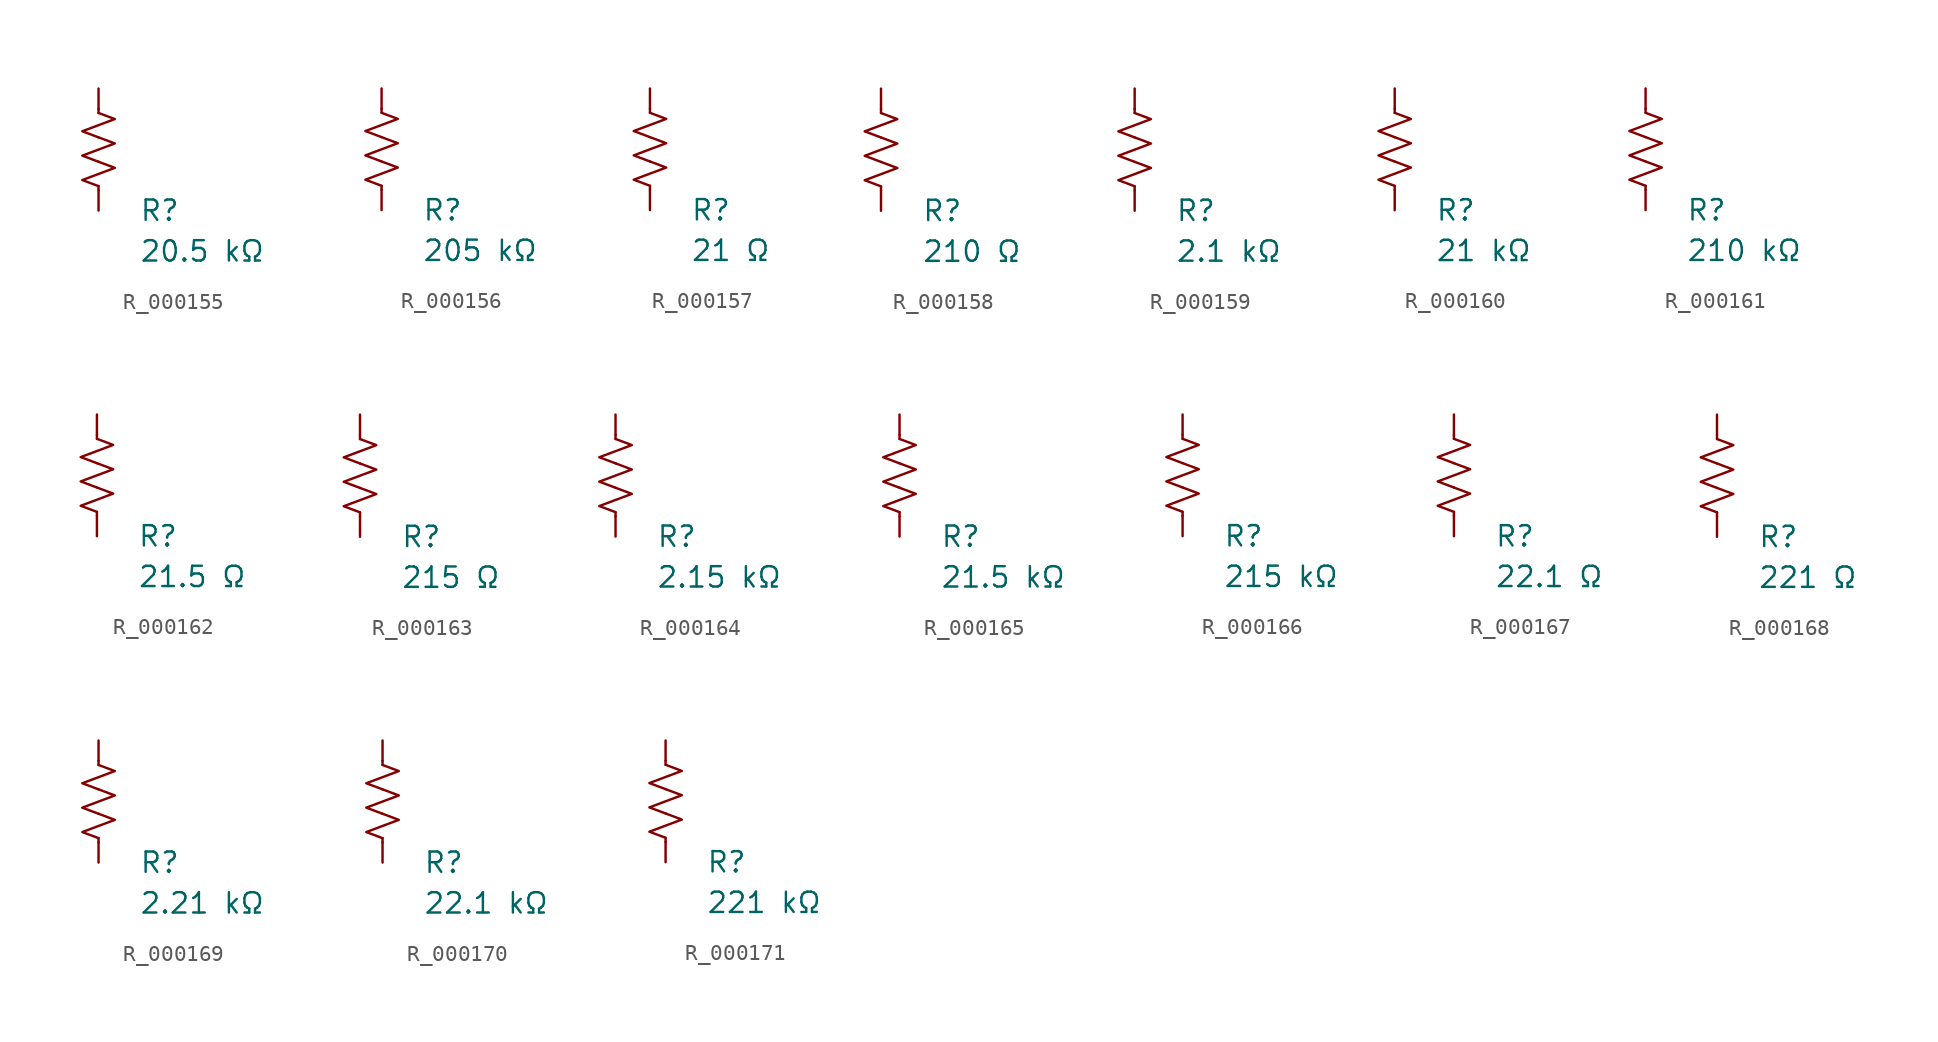
<source format=kicad_sym>
(kicad_symbol_lib
  (version 20231120)
  (generator "kicad_symbol_editor")
  (generator_version "8.0")
  (symbol "R_000155"
    (pin_numbers hide)
    (pin_names
      (offset 0))
    (property "Reference" "R"
      (at 2.54 -3.81 0)
      (effects (font (size 1.27 1.27)) (justify left))
      (show_name no))
    (property "Value" "20.5 kΩ"
      (at 2.54 -6.35 0)
      (effects (font (size 1.27 1.27)) (justify left))
      (show_name no))
    (symbol "R_000155_0_1"
      (polyline (pts (xy 0 -2.286) (xy 0 -2.54)) (stroke (width 0) (type default)) (fill (type none)))
      (polyline (pts (xy 0 2.286) (xy 0 2.54)) (stroke (width 0) (type default)) (fill (type none)))
      (polyline (pts (xy 0 -0.762) (xy 1.016 -1.143) (xy 0 -1.524) (xy -1.016 -1.905) (xy 0 -2.286)) (stroke (width 0) (type default)) (fill (type none)))
      (polyline (pts (xy 0 0.762) (xy 1.016 0.381) (xy 0 0) (xy -1.016 -0.381) (xy 0 -0.762)) (stroke (width 0) (type default)) (fill (type none)))
      (polyline (pts (xy 0 2.286) (xy 1.016 1.905) (xy 0 1.524) (xy -1.016 1.143) (xy 0 0.762)) (stroke (width 0) (type default)) (fill (type none))))
    (symbol "R_000155_1_1"
      (pin passive line (at 0 3.81 270) (length 1.27) (name "~" (effects (font (size 1.27 1.27)))) (number "1" (effects (font (size 1.27 1.27)))))
      (pin passive line (at 0 -3.81 90) (length 1.27) (name "~" (effects (font (size 1.27 1.27)))) (number "2" (effects (font (size 1.27 1.27)))))))
  (symbol "R_000156"
    (pin_numbers hide)
    (pin_names
      (offset 0))
    (property "Reference" "R"
      (at 2.54 -3.81 0)
      (effects (font (size 1.27 1.27)) (justify left))
      (show_name no))
    (property "Value" "205 kΩ"
      (at 2.54 -6.35 0)
      (effects (font (size 1.27 1.27)) (justify left))
      (show_name no))
    (symbol "R_000156_0_1"
      (polyline (pts (xy 0 -2.286) (xy 0 -2.54)) (stroke (width 0) (type default)) (fill (type none)))
      (polyline (pts (xy 0 2.286) (xy 0 2.54)) (stroke (width 0) (type default)) (fill (type none)))
      (polyline (pts (xy 0 -0.762) (xy 1.016 -1.143) (xy 0 -1.524) (xy -1.016 -1.905) (xy 0 -2.286)) (stroke (width 0) (type default)) (fill (type none)))
      (polyline (pts (xy 0 0.762) (xy 1.016 0.381) (xy 0 0) (xy -1.016 -0.381) (xy 0 -0.762)) (stroke (width 0) (type default)) (fill (type none)))
      (polyline (pts (xy 0 2.286) (xy 1.016 1.905) (xy 0 1.524) (xy -1.016 1.143) (xy 0 0.762)) (stroke (width 0) (type default)) (fill (type none))))
    (symbol "R_000156_1_1"
      (pin passive line (at 0 3.81 270) (length 1.27) (name "~" (effects (font (size 1.27 1.27)))) (number "1" (effects (font (size 1.27 1.27)))))
      (pin passive line (at 0 -3.81 90) (length 1.27) (name "~" (effects (font (size 1.27 1.27)))) (number "2" (effects (font (size 1.27 1.27)))))))
  (symbol "R_000157"
    (pin_numbers hide)
    (pin_names
      (offset 0))
    (property "Reference" "R"
      (at 2.54 -3.81 0)
      (effects (font (size 1.27 1.27)) (justify left))
      (show_name no))
    (property "Value" "21 Ω"
      (at 2.54 -6.35 0)
      (effects (font (size 1.27 1.27)) (justify left))
      (show_name no))
    (symbol "R_000157_0_1"
      (polyline (pts (xy 0 -2.286) (xy 0 -2.54)) (stroke (width 0) (type default)) (fill (type none)))
      (polyline (pts (xy 0 2.286) (xy 0 2.54)) (stroke (width 0) (type default)) (fill (type none)))
      (polyline (pts (xy 0 -0.762) (xy 1.016 -1.143) (xy 0 -1.524) (xy -1.016 -1.905) (xy 0 -2.286)) (stroke (width 0) (type default)) (fill (type none)))
      (polyline (pts (xy 0 0.762) (xy 1.016 0.381) (xy 0 0) (xy -1.016 -0.381) (xy 0 -0.762)) (stroke (width 0) (type default)) (fill (type none)))
      (polyline (pts (xy 0 2.286) (xy 1.016 1.905) (xy 0 1.524) (xy -1.016 1.143) (xy 0 0.762)) (stroke (width 0) (type default)) (fill (type none))))
    (symbol "R_000157_1_1"
      (pin passive line (at 0 3.81 270) (length 1.27) (name "~" (effects (font (size 1.27 1.27)))) (number "1" (effects (font (size 1.27 1.27)))))
      (pin passive line (at 0 -3.81 90) (length 1.27) (name "~" (effects (font (size 1.27 1.27)))) (number "2" (effects (font (size 1.27 1.27)))))))
  (symbol "R_000158"
    (pin_numbers hide)
    (pin_names
      (offset 0))
    (property "Reference" "R"
      (at 2.54 -3.81 0)
      (effects (font (size 1.27 1.27)) (justify left))
      (show_name no))
    (property "Value" "210 Ω"
      (at 2.54 -6.35 0)
      (effects (font (size 1.27 1.27)) (justify left))
      (show_name no))
    (symbol "R_000158_0_1"
      (polyline (pts (xy 0 -2.286) (xy 0 -2.54)) (stroke (width 0) (type default)) (fill (type none)))
      (polyline (pts (xy 0 2.286) (xy 0 2.54)) (stroke (width 0) (type default)) (fill (type none)))
      (polyline (pts (xy 0 -0.762) (xy 1.016 -1.143) (xy 0 -1.524) (xy -1.016 -1.905) (xy 0 -2.286)) (stroke (width 0) (type default)) (fill (type none)))
      (polyline (pts (xy 0 0.762) (xy 1.016 0.381) (xy 0 0) (xy -1.016 -0.381) (xy 0 -0.762)) (stroke (width 0) (type default)) (fill (type none)))
      (polyline (pts (xy 0 2.286) (xy 1.016 1.905) (xy 0 1.524) (xy -1.016 1.143) (xy 0 0.762)) (stroke (width 0) (type default)) (fill (type none))))
    (symbol "R_000158_1_1"
      (pin passive line (at 0 3.81 270) (length 1.27) (name "~" (effects (font (size 1.27 1.27)))) (number "1" (effects (font (size 1.27 1.27)))))
      (pin passive line (at 0 -3.81 90) (length 1.27) (name "~" (effects (font (size 1.27 1.27)))) (number "2" (effects (font (size 1.27 1.27)))))))
  (symbol "R_000159"
    (pin_numbers hide)
    (pin_names
      (offset 0))
    (property "Reference" "R"
      (at 2.54 -3.81 0)
      (effects (font (size 1.27 1.27)) (justify left))
      (show_name no))
    (property "Value" "2.1 kΩ"
      (at 2.54 -6.35 0)
      (effects (font (size 1.27 1.27)) (justify left))
      (show_name no))
    (symbol "R_000159_0_1"
      (polyline (pts (xy 0 -2.286) (xy 0 -2.54)) (stroke (width 0) (type default)) (fill (type none)))
      (polyline (pts (xy 0 2.286) (xy 0 2.54)) (stroke (width 0) (type default)) (fill (type none)))
      (polyline (pts (xy 0 -0.762) (xy 1.016 -1.143) (xy 0 -1.524) (xy -1.016 -1.905) (xy 0 -2.286)) (stroke (width 0) (type default)) (fill (type none)))
      (polyline (pts (xy 0 0.762) (xy 1.016 0.381) (xy 0 0) (xy -1.016 -0.381) (xy 0 -0.762)) (stroke (width 0) (type default)) (fill (type none)))
      (polyline (pts (xy 0 2.286) (xy 1.016 1.905) (xy 0 1.524) (xy -1.016 1.143) (xy 0 0.762)) (stroke (width 0) (type default)) (fill (type none))))
    (symbol "R_000159_1_1"
      (pin passive line (at 0 3.81 270) (length 1.27) (name "~" (effects (font (size 1.27 1.27)))) (number "1" (effects (font (size 1.27 1.27)))))
      (pin passive line (at 0 -3.81 90) (length 1.27) (name "~" (effects (font (size 1.27 1.27)))) (number "2" (effects (font (size 1.27 1.27)))))))
  (symbol "R_000160"
    (pin_numbers hide)
    (pin_names
      (offset 0))
    (property "Reference" "R"
      (at 2.54 -3.81 0)
      (effects (font (size 1.27 1.27)) (justify left))
      (show_name no))
    (property "Value" "21 kΩ"
      (at 2.54 -6.35 0)
      (effects (font (size 1.27 1.27)) (justify left))
      (show_name no))
    (symbol "R_000160_0_1"
      (polyline (pts (xy 0 -2.286) (xy 0 -2.54)) (stroke (width 0) (type default)) (fill (type none)))
      (polyline (pts (xy 0 2.286) (xy 0 2.54)) (stroke (width 0) (type default)) (fill (type none)))
      (polyline (pts (xy 0 -0.762) (xy 1.016 -1.143) (xy 0 -1.524) (xy -1.016 -1.905) (xy 0 -2.286)) (stroke (width 0) (type default)) (fill (type none)))
      (polyline (pts (xy 0 0.762) (xy 1.016 0.381) (xy 0 0) (xy -1.016 -0.381) (xy 0 -0.762)) (stroke (width 0) (type default)) (fill (type none)))
      (polyline (pts (xy 0 2.286) (xy 1.016 1.905) (xy 0 1.524) (xy -1.016 1.143) (xy 0 0.762)) (stroke (width 0) (type default)) (fill (type none))))
    (symbol "R_000160_1_1"
      (pin passive line (at 0 3.81 270) (length 1.27) (name "~" (effects (font (size 1.27 1.27)))) (number "1" (effects (font (size 1.27 1.27)))))
      (pin passive line (at 0 -3.81 90) (length 1.27) (name "~" (effects (font (size 1.27 1.27)))) (number "2" (effects (font (size 1.27 1.27)))))))
  (symbol "R_000161"
    (pin_numbers hide)
    (pin_names
      (offset 0))
    (property "Reference" "R"
      (at 2.54 -3.81 0)
      (effects (font (size 1.27 1.27)) (justify left))
      (show_name no))
    (property "Value" "210 kΩ"
      (at 2.54 -6.35 0)
      (effects (font (size 1.27 1.27)) (justify left))
      (show_name no))
    (symbol "R_000161_0_1"
      (polyline (pts (xy 0 -2.286) (xy 0 -2.54)) (stroke (width 0) (type default)) (fill (type none)))
      (polyline (pts (xy 0 2.286) (xy 0 2.54)) (stroke (width 0) (type default)) (fill (type none)))
      (polyline (pts (xy 0 -0.762) (xy 1.016 -1.143) (xy 0 -1.524) (xy -1.016 -1.905) (xy 0 -2.286)) (stroke (width 0) (type default)) (fill (type none)))
      (polyline (pts (xy 0 0.762) (xy 1.016 0.381) (xy 0 0) (xy -1.016 -0.381) (xy 0 -0.762)) (stroke (width 0) (type default)) (fill (type none)))
      (polyline (pts (xy 0 2.286) (xy 1.016 1.905) (xy 0 1.524) (xy -1.016 1.143) (xy 0 0.762)) (stroke (width 0) (type default)) (fill (type none))))
    (symbol "R_000161_1_1"
      (pin passive line (at 0 3.81 270) (length 1.27) (name "~" (effects (font (size 1.27 1.27)))) (number "1" (effects (font (size 1.27 1.27)))))
      (pin passive line (at 0 -3.81 90) (length 1.27) (name "~" (effects (font (size 1.27 1.27)))) (number "2" (effects (font (size 1.27 1.27)))))))
  (symbol "R_000162"
    (pin_numbers hide)
    (pin_names
      (offset 0))
    (property "Reference" "R"
      (at 2.54 -3.81 0)
      (effects (font (size 1.27 1.27)) (justify left))
      (show_name no))
    (property "Value" "21.5 Ω"
      (at 2.54 -6.35 0)
      (effects (font (size 1.27 1.27)) (justify left))
      (show_name no))
    (symbol "R_000162_0_1"
      (polyline (pts (xy 0 -2.286) (xy 0 -2.54)) (stroke (width 0) (type default)) (fill (type none)))
      (polyline (pts (xy 0 2.286) (xy 0 2.54)) (stroke (width 0) (type default)) (fill (type none)))
      (polyline (pts (xy 0 -0.762) (xy 1.016 -1.143) (xy 0 -1.524) (xy -1.016 -1.905) (xy 0 -2.286)) (stroke (width 0) (type default)) (fill (type none)))
      (polyline (pts (xy 0 0.762) (xy 1.016 0.381) (xy 0 0) (xy -1.016 -0.381) (xy 0 -0.762)) (stroke (width 0) (type default)) (fill (type none)))
      (polyline (pts (xy 0 2.286) (xy 1.016 1.905) (xy 0 1.524) (xy -1.016 1.143) (xy 0 0.762)) (stroke (width 0) (type default)) (fill (type none))))
    (symbol "R_000162_1_1"
      (pin passive line (at 0 3.81 270) (length 1.27) (name "~" (effects (font (size 1.27 1.27)))) (number "1" (effects (font (size 1.27 1.27)))))
      (pin passive line (at 0 -3.81 90) (length 1.27) (name "~" (effects (font (size 1.27 1.27)))) (number "2" (effects (font (size 1.27 1.27)))))))
  (symbol "R_000163"
    (pin_numbers hide)
    (pin_names
      (offset 0))
    (property "Reference" "R"
      (at 2.54 -3.81 0)
      (effects (font (size 1.27 1.27)) (justify left))
      (show_name no))
    (property "Value" "215 Ω"
      (at 2.54 -6.35 0)
      (effects (font (size 1.27 1.27)) (justify left))
      (show_name no))
    (symbol "R_000163_0_1"
      (polyline (pts (xy 0 -2.286) (xy 0 -2.54)) (stroke (width 0) (type default)) (fill (type none)))
      (polyline (pts (xy 0 2.286) (xy 0 2.54)) (stroke (width 0) (type default)) (fill (type none)))
      (polyline (pts (xy 0 -0.762) (xy 1.016 -1.143) (xy 0 -1.524) (xy -1.016 -1.905) (xy 0 -2.286)) (stroke (width 0) (type default)) (fill (type none)))
      (polyline (pts (xy 0 0.762) (xy 1.016 0.381) (xy 0 0) (xy -1.016 -0.381) (xy 0 -0.762)) (stroke (width 0) (type default)) (fill (type none)))
      (polyline (pts (xy 0 2.286) (xy 1.016 1.905) (xy 0 1.524) (xy -1.016 1.143) (xy 0 0.762)) (stroke (width 0) (type default)) (fill (type none))))
    (symbol "R_000163_1_1"
      (pin passive line (at 0 3.81 270) (length 1.27) (name "~" (effects (font (size 1.27 1.27)))) (number "1" (effects (font (size 1.27 1.27)))))
      (pin passive line (at 0 -3.81 90) (length 1.27) (name "~" (effects (font (size 1.27 1.27)))) (number "2" (effects (font (size 1.27 1.27)))))))
  (symbol "R_000164"
    (pin_numbers hide)
    (pin_names
      (offset 0))
    (property "Reference" "R"
      (at 2.54 -3.81 0)
      (effects (font (size 1.27 1.27)) (justify left))
      (show_name no))
    (property "Value" "2.15 kΩ"
      (at 2.54 -6.35 0)
      (effects (font (size 1.27 1.27)) (justify left))
      (show_name no))
    (symbol "R_000164_0_1"
      (polyline (pts (xy 0 -2.286) (xy 0 -2.54)) (stroke (width 0) (type default)) (fill (type none)))
      (polyline (pts (xy 0 2.286) (xy 0 2.54)) (stroke (width 0) (type default)) (fill (type none)))
      (polyline (pts (xy 0 -0.762) (xy 1.016 -1.143) (xy 0 -1.524) (xy -1.016 -1.905) (xy 0 -2.286)) (stroke (width 0) (type default)) (fill (type none)))
      (polyline (pts (xy 0 0.762) (xy 1.016 0.381) (xy 0 0) (xy -1.016 -0.381) (xy 0 -0.762)) (stroke (width 0) (type default)) (fill (type none)))
      (polyline (pts (xy 0 2.286) (xy 1.016 1.905) (xy 0 1.524) (xy -1.016 1.143) (xy 0 0.762)) (stroke (width 0) (type default)) (fill (type none))))
    (symbol "R_000164_1_1"
      (pin passive line (at 0 3.81 270) (length 1.27) (name "~" (effects (font (size 1.27 1.27)))) (number "1" (effects (font (size 1.27 1.27)))))
      (pin passive line (at 0 -3.81 90) (length 1.27) (name "~" (effects (font (size 1.27 1.27)))) (number "2" (effects (font (size 1.27 1.27)))))))
  (symbol "R_000165"
    (pin_numbers hide)
    (pin_names
      (offset 0))
    (property "Reference" "R"
      (at 2.54 -3.81 0)
      (effects (font (size 1.27 1.27)) (justify left))
      (show_name no))
    (property "Value" "21.5 kΩ"
      (at 2.54 -6.35 0)
      (effects (font (size 1.27 1.27)) (justify left))
      (show_name no))
    (symbol "R_000165_0_1"
      (polyline (pts (xy 0 -2.286) (xy 0 -2.54)) (stroke (width 0) (type default)) (fill (type none)))
      (polyline (pts (xy 0 2.286) (xy 0 2.54)) (stroke (width 0) (type default)) (fill (type none)))
      (polyline (pts (xy 0 -0.762) (xy 1.016 -1.143) (xy 0 -1.524) (xy -1.016 -1.905) (xy 0 -2.286)) (stroke (width 0) (type default)) (fill (type none)))
      (polyline (pts (xy 0 0.762) (xy 1.016 0.381) (xy 0 0) (xy -1.016 -0.381) (xy 0 -0.762)) (stroke (width 0) (type default)) (fill (type none)))
      (polyline (pts (xy 0 2.286) (xy 1.016 1.905) (xy 0 1.524) (xy -1.016 1.143) (xy 0 0.762)) (stroke (width 0) (type default)) (fill (type none))))
    (symbol "R_000165_1_1"
      (pin passive line (at 0 3.81 270) (length 1.27) (name "~" (effects (font (size 1.27 1.27)))) (number "1" (effects (font (size 1.27 1.27)))))
      (pin passive line (at 0 -3.81 90) (length 1.27) (name "~" (effects (font (size 1.27 1.27)))) (number "2" (effects (font (size 1.27 1.27)))))))
  (symbol "R_000166"
    (pin_numbers hide)
    (pin_names
      (offset 0))
    (property "Reference" "R"
      (at 2.54 -3.81 0)
      (effects (font (size 1.27 1.27)) (justify left))
      (show_name no))
    (property "Value" "215 kΩ"
      (at 2.54 -6.35 0)
      (effects (font (size 1.27 1.27)) (justify left))
      (show_name no))
    (symbol "R_000166_0_1"
      (polyline (pts (xy 0 -2.286) (xy 0 -2.54)) (stroke (width 0) (type default)) (fill (type none)))
      (polyline (pts (xy 0 2.286) (xy 0 2.54)) (stroke (width 0) (type default)) (fill (type none)))
      (polyline (pts (xy 0 -0.762) (xy 1.016 -1.143) (xy 0 -1.524) (xy -1.016 -1.905) (xy 0 -2.286)) (stroke (width 0) (type default)) (fill (type none)))
      (polyline (pts (xy 0 0.762) (xy 1.016 0.381) (xy 0 0) (xy -1.016 -0.381) (xy 0 -0.762)) (stroke (width 0) (type default)) (fill (type none)))
      (polyline (pts (xy 0 2.286) (xy 1.016 1.905) (xy 0 1.524) (xy -1.016 1.143) (xy 0 0.762)) (stroke (width 0) (type default)) (fill (type none))))
    (symbol "R_000166_1_1"
      (pin passive line (at 0 3.81 270) (length 1.27) (name "~" (effects (font (size 1.27 1.27)))) (number "1" (effects (font (size 1.27 1.27)))))
      (pin passive line (at 0 -3.81 90) (length 1.27) (name "~" (effects (font (size 1.27 1.27)))) (number "2" (effects (font (size 1.27 1.27)))))))
  (symbol "R_000167"
    (pin_numbers hide)
    (pin_names
      (offset 0))
    (property "Reference" "R"
      (at 2.54 -3.81 0)
      (effects (font (size 1.27 1.27)) (justify left))
      (show_name no))
    (property "Value" "22.1 Ω"
      (at 2.54 -6.35 0)
      (effects (font (size 1.27 1.27)) (justify left))
      (show_name no))
    (symbol "R_000167_0_1"
      (polyline (pts (xy 0 -2.286) (xy 0 -2.54)) (stroke (width 0) (type default)) (fill (type none)))
      (polyline (pts (xy 0 2.286) (xy 0 2.54)) (stroke (width 0) (type default)) (fill (type none)))
      (polyline (pts (xy 0 -0.762) (xy 1.016 -1.143) (xy 0 -1.524) (xy -1.016 -1.905) (xy 0 -2.286)) (stroke (width 0) (type default)) (fill (type none)))
      (polyline (pts (xy 0 0.762) (xy 1.016 0.381) (xy 0 0) (xy -1.016 -0.381) (xy 0 -0.762)) (stroke (width 0) (type default)) (fill (type none)))
      (polyline (pts (xy 0 2.286) (xy 1.016 1.905) (xy 0 1.524) (xy -1.016 1.143) (xy 0 0.762)) (stroke (width 0) (type default)) (fill (type none))))
    (symbol "R_000167_1_1"
      (pin passive line (at 0 3.81 270) (length 1.27) (name "~" (effects (font (size 1.27 1.27)))) (number "1" (effects (font (size 1.27 1.27)))))
      (pin passive line (at 0 -3.81 90) (length 1.27) (name "~" (effects (font (size 1.27 1.27)))) (number "2" (effects (font (size 1.27 1.27)))))))
  (symbol "R_000168"
    (pin_numbers hide)
    (pin_names
      (offset 0))
    (property "Reference" "R"
      (at 2.54 -3.81 0)
      (effects (font (size 1.27 1.27)) (justify left))
      (show_name no))
    (property "Value" "221 Ω"
      (at 2.54 -6.35 0)
      (effects (font (size 1.27 1.27)) (justify left))
      (show_name no))
    (symbol "R_000168_0_1"
      (polyline (pts (xy 0 -2.286) (xy 0 -2.54)) (stroke (width 0) (type default)) (fill (type none)))
      (polyline (pts (xy 0 2.286) (xy 0 2.54)) (stroke (width 0) (type default)) (fill (type none)))
      (polyline (pts (xy 0 -0.762) (xy 1.016 -1.143) (xy 0 -1.524) (xy -1.016 -1.905) (xy 0 -2.286)) (stroke (width 0) (type default)) (fill (type none)))
      (polyline (pts (xy 0 0.762) (xy 1.016 0.381) (xy 0 0) (xy -1.016 -0.381) (xy 0 -0.762)) (stroke (width 0) (type default)) (fill (type none)))
      (polyline (pts (xy 0 2.286) (xy 1.016 1.905) (xy 0 1.524) (xy -1.016 1.143) (xy 0 0.762)) (stroke (width 0) (type default)) (fill (type none))))
    (symbol "R_000168_1_1"
      (pin passive line (at 0 3.81 270) (length 1.27) (name "~" (effects (font (size 1.27 1.27)))) (number "1" (effects (font (size 1.27 1.27)))))
      (pin passive line (at 0 -3.81 90) (length 1.27) (name "~" (effects (font (size 1.27 1.27)))) (number "2" (effects (font (size 1.27 1.27)))))))
  (symbol "R_000169"
    (pin_numbers hide)
    (pin_names
      (offset 0))
    (property "Reference" "R"
      (at 2.54 -3.81 0)
      (effects (font (size 1.27 1.27)) (justify left))
      (show_name no))
    (property "Value" "2.21 kΩ"
      (at 2.54 -6.35 0)
      (effects (font (size 1.27 1.27)) (justify left))
      (show_name no))
    (symbol "R_000169_0_1"
      (polyline (pts (xy 0 -2.286) (xy 0 -2.54)) (stroke (width 0) (type default)) (fill (type none)))
      (polyline (pts (xy 0 2.286) (xy 0 2.54)) (stroke (width 0) (type default)) (fill (type none)))
      (polyline (pts (xy 0 -0.762) (xy 1.016 -1.143) (xy 0 -1.524) (xy -1.016 -1.905) (xy 0 -2.286)) (stroke (width 0) (type default)) (fill (type none)))
      (polyline (pts (xy 0 0.762) (xy 1.016 0.381) (xy 0 0) (xy -1.016 -0.381) (xy 0 -0.762)) (stroke (width 0) (type default)) (fill (type none)))
      (polyline (pts (xy 0 2.286) (xy 1.016 1.905) (xy 0 1.524) (xy -1.016 1.143) (xy 0 0.762)) (stroke (width 0) (type default)) (fill (type none))))
    (symbol "R_000169_1_1"
      (pin passive line (at 0 3.81 270) (length 1.27) (name "~" (effects (font (size 1.27 1.27)))) (number "1" (effects (font (size 1.27 1.27)))))
      (pin passive line (at 0 -3.81 90) (length 1.27) (name "~" (effects (font (size 1.27 1.27)))) (number "2" (effects (font (size 1.27 1.27)))))))
  (symbol "R_000170"
    (pin_numbers hide)
    (pin_names
      (offset 0))
    (property "Reference" "R"
      (at 2.54 -3.81 0)
      (effects (font (size 1.27 1.27)) (justify left))
      (show_name no))
    (property "Value" "22.1 kΩ"
      (at 2.54 -6.35 0)
      (effects (font (size 1.27 1.27)) (justify left))
      (show_name no))
    (symbol "R_000170_0_1"
      (polyline (pts (xy 0 -2.286) (xy 0 -2.54)) (stroke (width 0) (type default)) (fill (type none)))
      (polyline (pts (xy 0 2.286) (xy 0 2.54)) (stroke (width 0) (type default)) (fill (type none)))
      (polyline (pts (xy 0 -0.762) (xy 1.016 -1.143) (xy 0 -1.524) (xy -1.016 -1.905) (xy 0 -2.286)) (stroke (width 0) (type default)) (fill (type none)))
      (polyline (pts (xy 0 0.762) (xy 1.016 0.381) (xy 0 0) (xy -1.016 -0.381) (xy 0 -0.762)) (stroke (width 0) (type default)) (fill (type none)))
      (polyline (pts (xy 0 2.286) (xy 1.016 1.905) (xy 0 1.524) (xy -1.016 1.143) (xy 0 0.762)) (stroke (width 0) (type default)) (fill (type none))))
    (symbol "R_000170_1_1"
      (pin passive line (at 0 3.81 270) (length 1.27) (name "~" (effects (font (size 1.27 1.27)))) (number "1" (effects (font (size 1.27 1.27)))))
      (pin passive line (at 0 -3.81 90) (length 1.27) (name "~" (effects (font (size 1.27 1.27)))) (number "2" (effects (font (size 1.27 1.27)))))))
  (symbol "R_000171"
    (pin_numbers hide)
    (pin_names
      (offset 0))
    (property "Reference" "R"
      (at 2.54 -3.81 0)
      (effects (font (size 1.27 1.27)) (justify left))
      (show_name no))
    (property "Value" "221 kΩ"
      (at 2.54 -6.35 0)
      (effects (font (size 1.27 1.27)) (justify left))
      (show_name no))
    (symbol "R_000171_0_1"
      (polyline (pts (xy 0 -2.286) (xy 0 -2.54)) (stroke (width 0) (type default)) (fill (type none)))
      (polyline (pts (xy 0 2.286) (xy 0 2.54)) (stroke (width 0) (type default)) (fill (type none)))
      (polyline (pts (xy 0 -0.762) (xy 1.016 -1.143) (xy 0 -1.524) (xy -1.016 -1.905) (xy 0 -2.286)) (stroke (width 0) (type default)) (fill (type none)))
      (polyline (pts (xy 0 0.762) (xy 1.016 0.381) (xy 0 0) (xy -1.016 -0.381) (xy 0 -0.762)) (stroke (width 0) (type default)) (fill (type none)))
      (polyline (pts (xy 0 2.286) (xy 1.016 1.905) (xy 0 1.524) (xy -1.016 1.143) (xy 0 0.762)) (stroke (width 0) (type default)) (fill (type none))))
    (symbol "R_000171_1_1"
      (pin passive line (at 0 3.81 270) (length 1.27) (name "~" (effects (font (size 1.27 1.27)))) (number "1" (effects (font (size 1.27 1.27)))))
      (pin passive line (at 0 -3.81 90) (length 1.27) (name "~" (effects (font (size 1.27 1.27)))) (number "2" (effects (font (size 1.27 1.27))))))))
</source>
